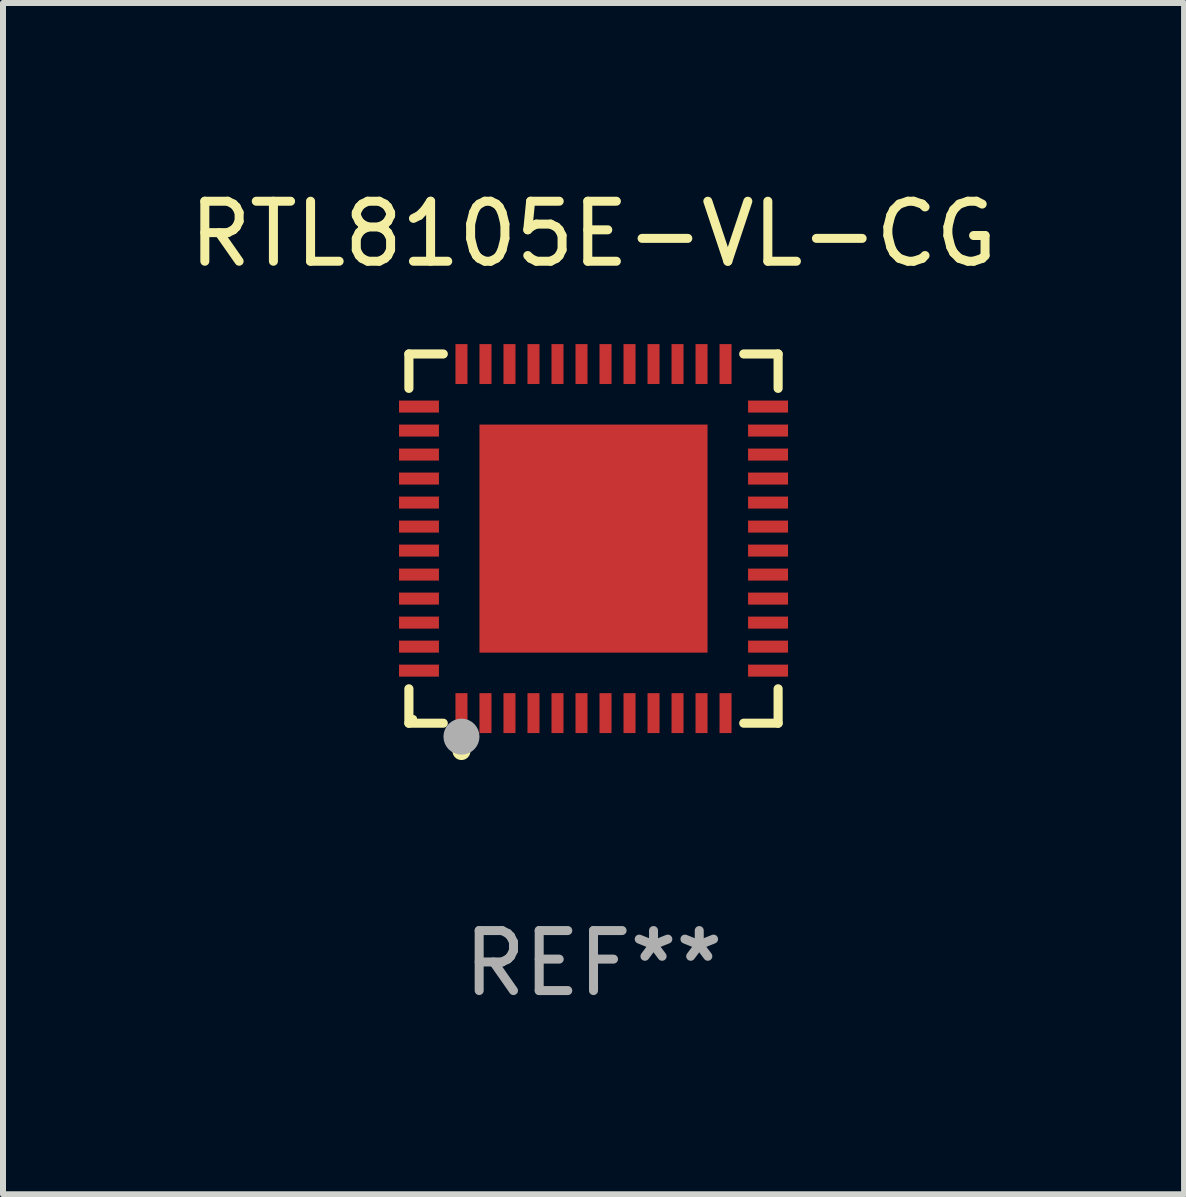
<source format=kicad_pcb>
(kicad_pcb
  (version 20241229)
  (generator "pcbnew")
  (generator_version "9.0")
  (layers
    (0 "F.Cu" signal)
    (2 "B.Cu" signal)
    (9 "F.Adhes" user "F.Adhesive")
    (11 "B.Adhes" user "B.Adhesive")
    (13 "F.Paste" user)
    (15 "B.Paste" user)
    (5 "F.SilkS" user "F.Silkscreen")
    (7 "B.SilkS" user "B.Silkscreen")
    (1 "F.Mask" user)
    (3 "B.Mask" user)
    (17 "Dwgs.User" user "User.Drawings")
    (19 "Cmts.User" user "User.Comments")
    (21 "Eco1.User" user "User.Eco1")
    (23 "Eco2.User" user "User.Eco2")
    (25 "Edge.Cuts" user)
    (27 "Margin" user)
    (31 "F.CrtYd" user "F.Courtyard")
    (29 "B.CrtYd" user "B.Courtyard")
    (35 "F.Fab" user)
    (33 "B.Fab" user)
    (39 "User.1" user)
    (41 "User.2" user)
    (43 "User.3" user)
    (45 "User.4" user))
  (footprint "RTL8105E-VL-CG"
    (layer "F.Cu")
    (at 6.839 5.924)
    (property "Reference" "RTL8105E-VL-CG" (at 0 -5.076 0) (layer "F.SilkS") (effects (font (size 1 1) (thickness 0.15))))
    (attr through_hole)
    (fp_line (start -3.076 -3.076) (end -2.503 -3.076) (stroke (width 0.152) (type solid)) (layer "F.SilkS"))
    (fp_line (start -3.076 -2.503) (end -3.076 -3.076) (stroke (width 0.152) (type solid)) (layer "F.SilkS"))
    (fp_line (start -3.076 2.503) (end -3.076 3.076) (stroke (width 0.152) (type solid)) (layer "F.SilkS"))
    (fp_line (start -3.076 3.076) (end -2.503 3.076) (stroke (width 0.152) (type solid)) (layer "F.SilkS"))
    (fp_line (start 3.076 -3.076) (end 2.503 -3.076) (stroke (width 0.152) (type solid)) (layer "F.SilkS"))
    (fp_line (start 3.076 -2.503) (end 3.076 -3.076) (stroke (width 0.152) (type solid)) (layer "F.SilkS"))
    (fp_line (start 3.076 2.503) (end 3.076 3.076) (stroke (width 0.152) (type solid)) (layer "F.SilkS"))
    (fp_line (start 3.076 3.076) (end 2.503 3.076) (stroke (width 0.152) (type solid)) (layer "F.SilkS"))
    (fp_circle (center -3 3) (end -2.97 3) (stroke (width 0.06) (type solid)) (fill no) (layer "F.SilkS"))
    (fp_circle (center -2.2 3.54) (end -2.125 3.54) (stroke (width 0.15) (type solid)) (fill no) (layer "F.SilkS"))
    (fp_circle (center -2.2 3.3) (end -2.05 3.3) (stroke (width 0.3) (type solid)) (fill no) (layer "F.Fab"))
    (fp_text user "REF**" (at 0 7.076 0) (layer "F.Fab") (effects (font (size 1 1) (thickness 0.15))))
    (pad "1" smd rect (at -2.2 2.908) (size 0.2 0.665) (layers "F.Cu" "F.Mask" "F.Paste"))
    (pad "2" smd rect (at -1.8 2.908) (size 0.2 0.665) (layers "F.Cu" "F.Mask" "F.Paste"))
    (pad "3" smd rect (at -1.4 2.908) (size 0.2 0.665) (layers "F.Cu" "F.Mask" "F.Paste"))
    (pad "4" smd rect (at -1 2.908) (size 0.2 0.665) (layers "F.Cu" "F.Mask" "F.Paste"))
    (pad "5" smd rect (at -0.6 2.908) (size 0.2 0.665) (layers "F.Cu" "F.Mask" "F.Paste"))
    (pad "6" smd rect (at -0.2 2.908) (size 0.2 0.665) (layers "F.Cu" "F.Mask" "F.Paste"))
    (pad "7" smd rect (at 0.2 2.908) (size 0.2 0.665) (layers "F.Cu" "F.Mask" "F.Paste"))
    (pad "8" smd rect (at 0.6 2.908) (size 0.2 0.665) (layers "F.Cu" "F.Mask" "F.Paste"))
    (pad "9" smd rect (at 1 2.908) (size 0.2 0.665) (layers "F.Cu" "F.Mask" "F.Paste"))
    (pad "10" smd rect (at 1.4 2.908) (size 0.2 0.665) (layers "F.Cu" "F.Mask" "F.Paste"))
    (pad "11" smd rect (at 1.8 2.908) (size 0.2 0.665) (layers "F.Cu" "F.Mask" "F.Paste"))
    (pad "12" smd rect (at 2.2 2.908) (size 0.2 0.665) (layers "F.Cu" "F.Mask" "F.Paste"))
    (pad "13" smd rect (at 2.908 2.2) (size 0.665 0.2) (layers "F.Cu" "F.Mask" "F.Paste"))
    (pad "14" smd rect (at 2.908 1.8) (size 0.665 0.2) (layers "F.Cu" "F.Mask" "F.Paste"))
    (pad "15" smd rect (at 2.908 1.4) (size 0.665 0.2) (layers "F.Cu" "F.Mask" "F.Paste"))
    (pad "16" smd rect (at 2.908 1) (size 0.665 0.2) (layers "F.Cu" "F.Mask" "F.Paste"))
    (pad "17" smd rect (at 2.908 0.6) (size 0.665 0.2) (layers "F.Cu" "F.Mask" "F.Paste"))
    (pad "18" smd rect (at 2.908 0.2) (size 0.665 0.2) (layers "F.Cu" "F.Mask" "F.Paste"))
    (pad "19" smd rect (at 2.908 -0.2) (size 0.665 0.2) (layers "F.Cu" "F.Mask" "F.Paste"))
    (pad "20" smd rect (at 2.908 -0.6) (size 0.665 0.2) (layers "F.Cu" "F.Mask" "F.Paste"))
    (pad "21" smd rect (at 2.908 -1) (size 0.665 0.2) (layers "F.Cu" "F.Mask" "F.Paste"))
    (pad "22" smd rect (at 2.908 -1.4) (size 0.665 0.2) (layers "F.Cu" "F.Mask" "F.Paste"))
    (pad "23" smd rect (at 2.908 -1.8) (size 0.665 0.2) (layers "F.Cu" "F.Mask" "F.Paste"))
    (pad "24" smd rect (at 2.908 -2.2) (size 0.665 0.2) (layers "F.Cu" "F.Mask" "F.Paste"))
    (pad "25" smd rect (at 2.2 -2.908) (size 0.2 0.665) (layers "F.Cu" "F.Mask" "F.Paste"))
    (pad "26" smd rect (at 1.8 -2.908) (size 0.2 0.665) (layers "F.Cu" "F.Mask" "F.Paste"))
    (pad "27" smd rect (at 1.4 -2.908) (size 0.2 0.665) (layers "F.Cu" "F.Mask" "F.Paste"))
    (pad "28" smd rect (at 1 -2.908) (size 0.2 0.665) (layers "F.Cu" "F.Mask" "F.Paste"))
    (pad "29" smd rect (at 0.6 -2.908) (size 0.2 0.665) (layers "F.Cu" "F.Mask" "F.Paste"))
    (pad "30" smd rect (at 0.2 -2.908) (size 0.2 0.665) (layers "F.Cu" "F.Mask" "F.Paste"))
    (pad "31" smd rect (at -0.2 -2.908) (size 0.2 0.665) (layers "F.Cu" "F.Mask" "F.Paste"))
    (pad "32" smd rect (at -0.6 -2.908) (size 0.2 0.665) (layers "F.Cu" "F.Mask" "F.Paste"))
    (pad "33" smd rect (at -1 -2.908) (size 0.2 0.665) (layers "F.Cu" "F.Mask" "F.Paste"))
    (pad "34" smd rect (at -1.4 -2.908) (size 0.2 0.665) (layers "F.Cu" "F.Mask" "F.Paste"))
    (pad "35" smd rect (at -1.8 -2.908) (size 0.2 0.665) (layers "F.Cu" "F.Mask" "F.Paste"))
    (pad "36" smd rect (at -2.2 -2.908) (size 0.2 0.665) (layers "F.Cu" "F.Mask" "F.Paste"))
    (pad "37" smd rect (at -2.908 -2.2) (size 0.665 0.2) (layers "F.Cu" "F.Mask" "F.Paste"))
    (pad "38" smd rect (at -2.908 -1.8) (size 0.665 0.2) (layers "F.Cu" "F.Mask" "F.Paste"))
    (pad "39" smd rect (at -2.908 -1.4) (size 0.665 0.2) (layers "F.Cu" "F.Mask" "F.Paste"))
    (pad "40" smd rect (at -2.908 -1) (size 0.665 0.2) (layers "F.Cu" "F.Mask" "F.Paste"))
    (pad "41" smd rect (at -2.908 -0.6) (size 0.665 0.2) (layers "F.Cu" "F.Mask" "F.Paste"))
    (pad "42" smd rect (at -2.908 -0.2) (size 0.665 0.2) (layers "F.Cu" "F.Mask" "F.Paste"))
    (pad "43" smd rect (at -2.908 0.2) (size 0.665 0.2) (layers "F.Cu" "F.Mask" "F.Paste"))
    (pad "44" smd rect (at -2.908 0.6) (size 0.665 0.2) (layers "F.Cu" "F.Mask" "F.Paste"))
    (pad "45" smd rect (at -2.908 1) (size 0.665 0.2) (layers "F.Cu" "F.Mask" "F.Paste"))
    (pad "46" smd rect (at -2.908 1.4) (size 0.665 0.2) (layers "F.Cu" "F.Mask" "F.Paste"))
    (pad "47" smd rect (at -2.908 1.8) (size 0.665 0.2) (layers "F.Cu" "F.Mask" "F.Paste"))
    (pad "48" smd rect (at -2.908 2.2) (size 0.665 0.2) (layers "F.Cu" "F.Mask" "F.Paste"))
    (pad "49" smd rect (at 0 0) (size 3.8 3.8) (layers "F.Cu" "F.Mask" "F.Paste")))
  (gr_rect
    (start -3 -3)
    (end 16.679 16.849)
    (stroke (width 0.1) (type default))
    (fill no)
    (layer "Edge.Cuts")))
</source>
